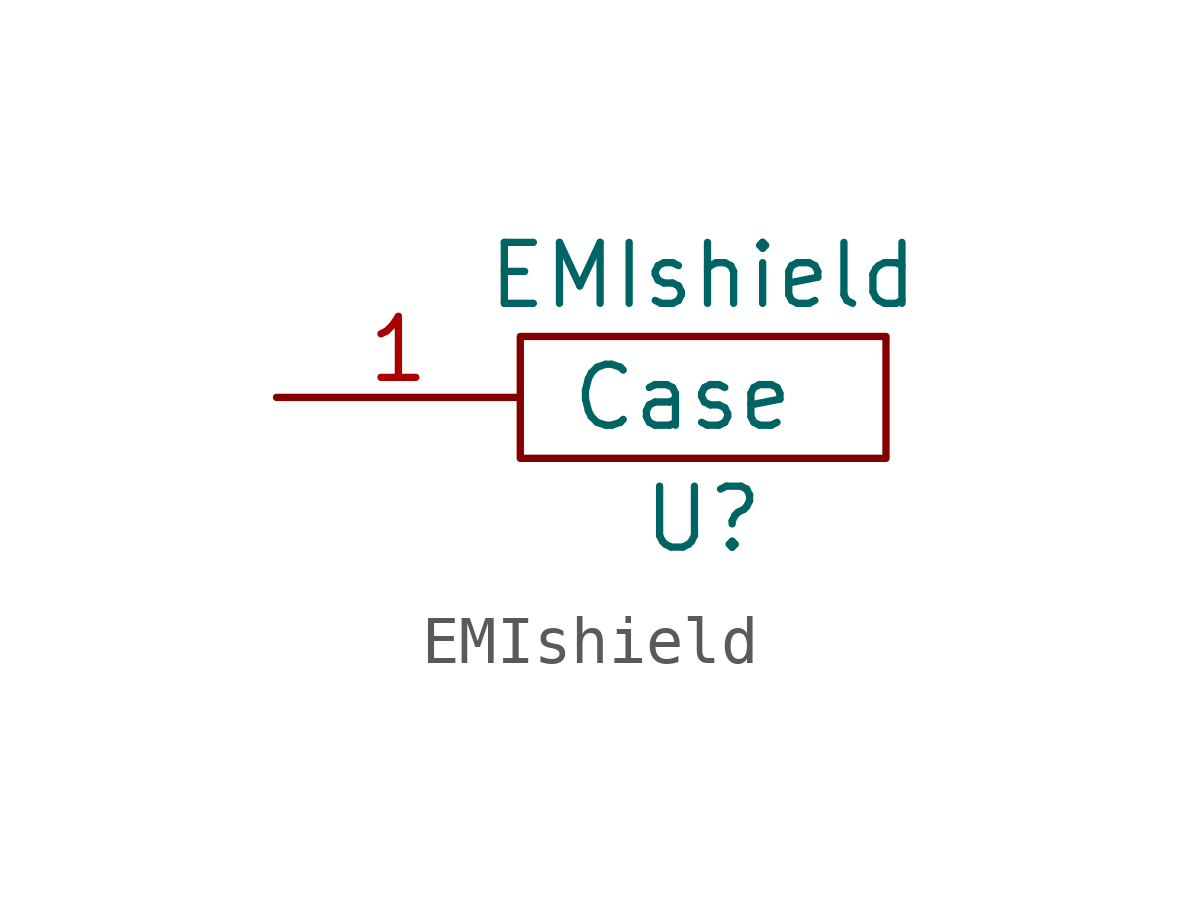
<source format=kicad_sym>
(kicad_symbol_lib
  (version 20211014)
  (generator kicad_symbol_editor)
  (symbol "EMIshield"
    (pin_names
      (offset 1.016))
    (property "Reference" "U"
      (at 0 -2.54 0)
      (effects (font (size 1.27 1.27))))
    (property "Value" "EMIshield"
      (at 0 2.54 0)
      (effects (font (size 1.27 1.27))))
    (symbol "EMIshield_0_1"
      (rectangle (start -3.81 1.27) (end 3.81 -1.27) (stroke (width 0) (type default) (color 0 0 0 0)) (fill (type none))))
    (symbol "EMIshield_1_1"
      (pin input line (at -8.89 0 0) (length 5.08) (name "Case" (effects (font (size 1.27 1.27)))) (number "1" (effects (font (size 1.27 1.27))))))))
</source>
